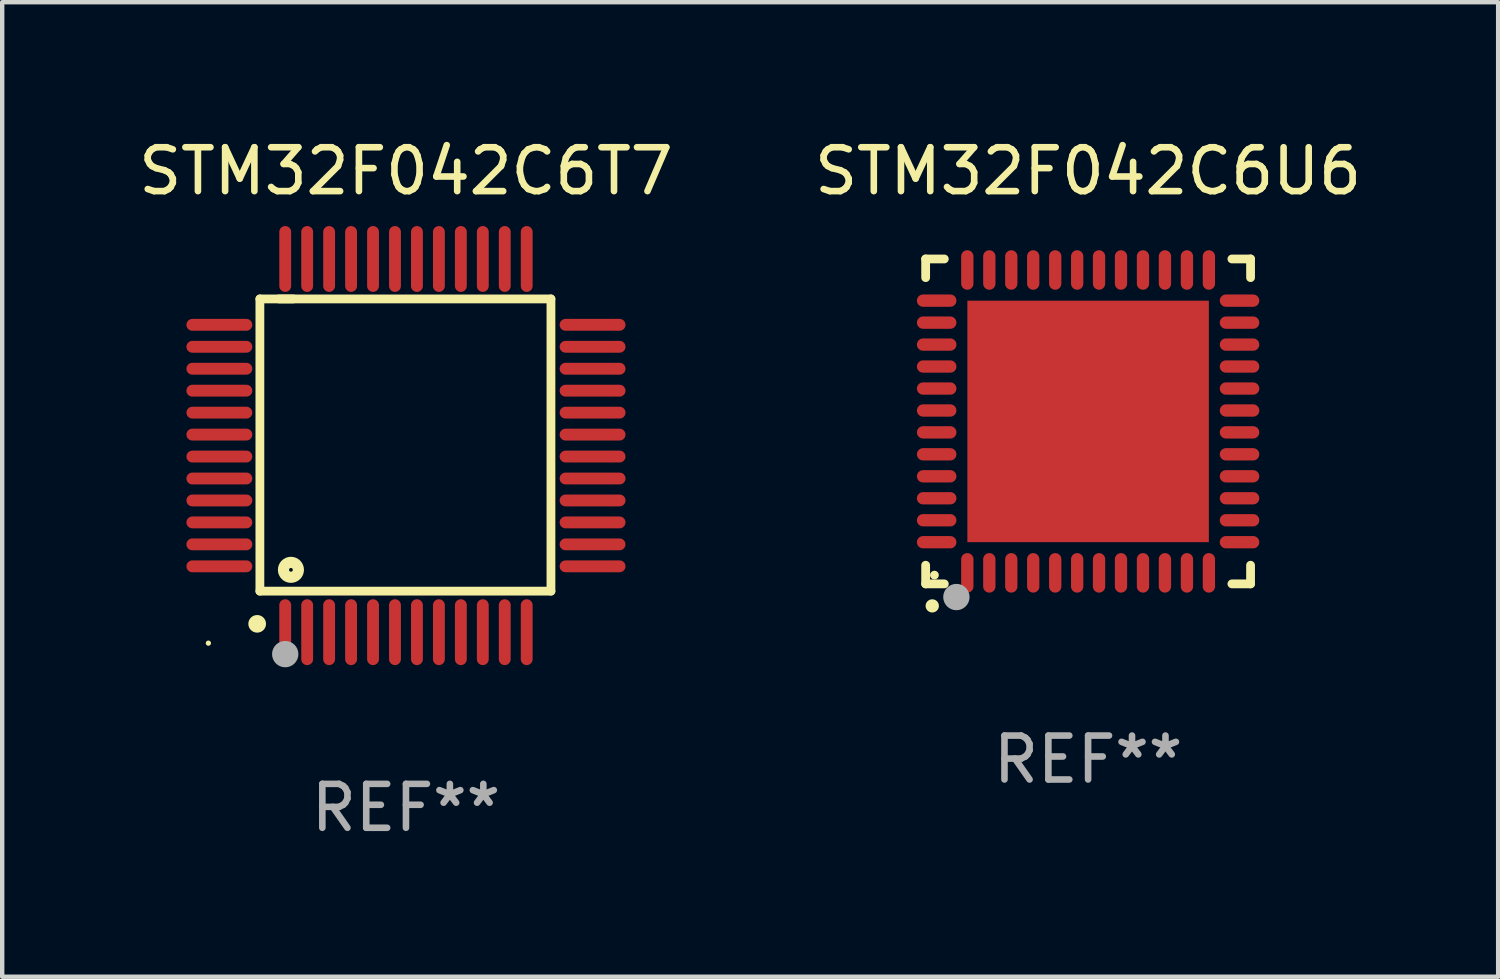
<source format=kicad_pcb>
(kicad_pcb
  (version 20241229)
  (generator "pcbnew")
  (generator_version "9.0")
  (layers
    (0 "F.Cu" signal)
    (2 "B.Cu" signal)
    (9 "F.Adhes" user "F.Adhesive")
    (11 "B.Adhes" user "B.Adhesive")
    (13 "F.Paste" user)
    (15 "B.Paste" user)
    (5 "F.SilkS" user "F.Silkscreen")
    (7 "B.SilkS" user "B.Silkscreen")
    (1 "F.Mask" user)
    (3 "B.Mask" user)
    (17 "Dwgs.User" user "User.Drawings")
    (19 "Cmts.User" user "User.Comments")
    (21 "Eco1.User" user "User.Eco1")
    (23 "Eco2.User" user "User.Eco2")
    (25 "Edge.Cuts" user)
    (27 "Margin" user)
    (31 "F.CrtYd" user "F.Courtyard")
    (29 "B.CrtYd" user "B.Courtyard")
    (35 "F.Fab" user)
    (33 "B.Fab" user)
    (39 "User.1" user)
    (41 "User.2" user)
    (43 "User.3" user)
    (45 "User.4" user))
  (footprint "STM32F042C6U6"
    (layer "F.Cu")
    (at 21.732 6.548)
    (property "Reference" "STM32F042C6U6" (at 0 -5.7 0) (layer "F.SilkS") (effects (font (size 1 1) (thickness 0.15))))
    (attr through_hole)
    (fp_line (start -3.7 -3.7) (end -3.275 -3.7) (stroke (width 0.2) (type solid)) (layer "F.SilkS"))
    (fp_line (start -3.7 -3.275) (end -3.7 -3.7) (stroke (width 0.2) (type solid)) (layer "F.SilkS"))
    (fp_line (start -3.7 3.7) (end -3.7 3.275) (stroke (width 0.2) (type solid)) (layer "F.SilkS"))
    (fp_line (start -3.275 3.7) (end -3.7 3.7) (stroke (width 0.2) (type solid)) (layer "F.SilkS"))
    (fp_line (start 3.7 -3.7) (end 3.275 -3.7) (stroke (width 0.2) (type solid)) (layer "F.SilkS"))
    (fp_line (start 3.7 -3.275) (end 3.7 -3.7) (stroke (width 0.2) (type solid)) (layer "F.SilkS"))
    (fp_line (start 3.7 3.275) (end 3.7 3.7) (stroke (width 0.2) (type solid)) (layer "F.SilkS"))
    (fp_line (start 3.7 3.7) (end 3.275 3.7) (stroke (width 0.2) (type solid)) (layer "F.SilkS"))
    (fp_arc (start -3.550927 4.201168) (mid -3.549657 4.201163) (end -3.548387 4.201168) (stroke (width 0.3) (type solid)) (layer "F.SilkS"))
    (fp_circle (center -3.5 3.5) (end -3.45 3.5) (stroke (width 0.1) (type solid)) (fill no) (layer "F.SilkS"))
    (fp_circle (center -3 4) (end -2.85 4) (stroke (width 0.3) (type solid)) (fill no) (layer "F.Fab"))
    (fp_text user "REF**" (at 0 7.7 0) (layer "F.Fab") (effects (font (size 1 1) (thickness 0.15))))
    (pad "1" smd oval (at -2.751 3.449) (size 0.28 0.9) (layers "F.Cu" "F.Mask" "F.Paste"))
    (pad "2" smd oval (at -2.25 3.449) (size 0.28 0.9) (layers "F.Cu" "F.Mask" "F.Paste"))
    (pad "3" smd oval (at -1.75 3.449) (size 0.28 0.9) (layers "F.Cu" "F.Mask" "F.Paste"))
    (pad "4" smd oval (at -1.25 3.449) (size 0.28 0.9) (layers "F.Cu" "F.Mask" "F.Paste"))
    (pad "5" smd oval (at -0.749 3.449) (size 0.28 0.9) (layers "F.Cu" "F.Mask" "F.Paste"))
    (pad "6" smd oval (at -0.249 3.449) (size 0.28 0.9) (layers "F.Cu" "F.Mask" "F.Paste"))
    (pad "7" smd oval (at 0.249 3.449) (size 0.28 0.9) (layers "F.Cu" "F.Mask" "F.Paste"))
    (pad "8" smd oval (at 0.749 3.449) (size 0.28 0.9) (layers "F.Cu" "F.Mask" "F.Paste"))
    (pad "9" smd oval (at 1.25 3.449) (size 0.28 0.9) (layers "F.Cu" "F.Mask" "F.Paste"))
    (pad "10" smd oval (at 1.75 3.449) (size 0.28 0.9) (layers "F.Cu" "F.Mask" "F.Paste"))
    (pad "11" smd oval (at 2.251 3.449) (size 0.28 0.9) (layers "F.Cu" "F.Mask" "F.Paste"))
    (pad "12" smd oval (at 2.751 3.449) (size 0.28 0.9) (layers "F.Cu" "F.Mask" "F.Paste"))
    (pad "13" smd oval (at 3.449 2.751) (size 0.9 0.28) (layers "F.Cu" "F.Mask" "F.Paste"))
    (pad "14" smd oval (at 3.449 2.251) (size 0.9 0.28) (layers "F.Cu" "F.Mask" "F.Paste"))
    (pad "15" smd oval (at 3.449 1.75) (size 0.9 0.28) (layers "F.Cu" "F.Mask" "F.Paste"))
    (pad "16" smd oval (at 3.449 1.25) (size 0.9 0.28) (layers "F.Cu" "F.Mask" "F.Paste"))
    (pad "17" smd oval (at 3.449 0.749) (size 0.9 0.28) (layers "F.Cu" "F.Mask" "F.Paste"))
    (pad "18" smd oval (at 3.449 0.249) (size 0.9 0.28) (layers "F.Cu" "F.Mask" "F.Paste"))
    (pad "19" smd oval (at 3.449 -0.249) (size 0.9 0.28) (layers "F.Cu" "F.Mask" "F.Paste"))
    (pad "20" smd oval (at 3.449 -0.749) (size 0.9 0.28) (layers "F.Cu" "F.Mask" "F.Paste"))
    (pad "21" smd oval (at 3.449 -1.25) (size 0.9 0.28) (layers "F.Cu" "F.Mask" "F.Paste"))
    (pad "22" smd oval (at 3.449 -1.75) (size 0.9 0.28) (layers "F.Cu" "F.Mask" "F.Paste"))
    (pad "23" smd oval (at 3.449 -2.25) (size 0.9 0.28) (layers "F.Cu" "F.Mask" "F.Paste"))
    (pad "24" smd oval (at 3.449 -2.751) (size 0.9 0.28) (layers "F.Cu" "F.Mask" "F.Paste"))
    (pad "25" smd oval (at 2.751 -3.449) (size 0.28 0.9) (layers "F.Cu" "F.Mask" "F.Paste"))
    (pad "26" smd oval (at 2.251 -3.449) (size 0.28 0.9) (layers "F.Cu" "F.Mask" "F.Paste"))
    (pad "27" smd oval (at 1.75 -3.449) (size 0.28 0.9) (layers "F.Cu" "F.Mask" "F.Paste"))
    (pad "28" smd oval (at 1.25 -3.449) (size 0.28 0.9) (layers "F.Cu" "F.Mask" "F.Paste"))
    (pad "29" smd oval (at 0.749 -3.449) (size 0.28 0.9) (layers "F.Cu" "F.Mask" "F.Paste"))
    (pad "30" smd oval (at 0.249 -3.449) (size 0.28 0.9) (layers "F.Cu" "F.Mask" "F.Paste"))
    (pad "31" smd oval (at -0.249 -3.449) (size 0.28 0.9) (layers "F.Cu" "F.Mask" "F.Paste"))
    (pad "32" smd oval (at -0.749 -3.449) (size 0.28 0.9) (layers "F.Cu" "F.Mask" "F.Paste"))
    (pad "33" smd oval (at -1.25 -3.449) (size 0.28 0.9) (layers "F.Cu" "F.Mask" "F.Paste"))
    (pad "34" smd oval (at -1.75 -3.449) (size 0.28 0.9) (layers "F.Cu" "F.Mask" "F.Paste"))
    (pad "35" smd oval (at -2.25 -3.449) (size 0.28 0.9) (layers "F.Cu" "F.Mask" "F.Paste"))
    (pad "36" smd oval (at -2.751 -3.449) (size 0.28 0.9) (layers "F.Cu" "F.Mask" "F.Paste"))
    (pad "37" smd oval (at -3.449 -2.751) (size 0.9 0.28) (layers "F.Cu" "F.Mask" "F.Paste"))
    (pad "38" smd oval (at -3.449 -2.25) (size 0.9 0.28) (layers "F.Cu" "F.Mask" "F.Paste"))
    (pad "39" smd oval (at -3.449 -1.75) (size 0.9 0.28) (layers "F.Cu" "F.Mask" "F.Paste"))
    (pad "40" smd oval (at -3.449 -1.25) (size 0.9 0.28) (layers "F.Cu" "F.Mask" "F.Paste"))
    (pad "41" smd oval (at -3.449 -0.749) (size 0.9 0.28) (layers "F.Cu" "F.Mask" "F.Paste"))
    (pad "42" smd oval (at -3.449 -0.249) (size 0.9 0.28) (layers "F.Cu" "F.Mask" "F.Paste"))
    (pad "43" smd oval (at -3.449 0.249) (size 0.9 0.28) (layers "F.Cu" "F.Mask" "F.Paste"))
    (pad "44" smd oval (at -3.449 0.749) (size 0.9 0.28) (layers "F.Cu" "F.Mask" "F.Paste"))
    (pad "45" smd oval (at -3.449 1.25) (size 0.9 0.28) (layers "F.Cu" "F.Mask" "F.Paste"))
    (pad "46" smd oval (at -3.449 1.75) (size 0.9 0.28) (layers "F.Cu" "F.Mask" "F.Paste"))
    (pad "47" smd oval (at -3.449 2.251) (size 0.9 0.28) (layers "F.Cu" "F.Mask" "F.Paste"))
    (pad "48" smd oval (at -3.449 2.751) (size 0.9 0.28) (layers "F.Cu" "F.Mask" "F.Paste"))
    (pad "49" smd rect (at 0.000076 0.000076) (size 5.5 5.5) (layers "F.Cu" "F.Mask" "F.Paste")))
  (footprint "STM32F042C6T7"
    (layer "F.Cu")
    (at 6.196 7.098)
    (property "Reference" "STM32F042C6T7" (at 0 -6.25 0) (layer "F.SilkS") (effects (font (size 1 1) (thickness 0.15))))
    (attr through_hole)
    (fp_line (start -3.327 -3.34) (end -2.565 -3.34) (stroke (width 0.2) (type solid)) (layer "F.SilkS"))
    (fp_line (start -3.327 3.315) (end -3.327 -3.34) (stroke (width 0.2) (type solid)) (layer "F.SilkS"))
    (fp_line (start -2.896 -3.34) (end 3.302 -3.34) (stroke (width 0.2) (type solid)) (layer "F.SilkS"))
    (fp_line (start 3.302 -3.34) (end 3.302 3.315) (stroke (width 0.2) (type solid)) (layer "F.SilkS"))
    (fp_line (start 3.302 3.315) (end -3.327 3.315) (stroke (width 0.2) (type solid)) (layer "F.SilkS"))
    (fp_arc (start -3.389992 4.059995) (mid -3.388722 4.059991) (end -3.387452 4.059995) (stroke (width 0.4) (type solid)) (layer "F.SilkS"))
    (fp_circle (center -4.5 4.5) (end -4.47 4.5) (stroke (width 0.06) (type solid)) (fill no) (layer "F.SilkS"))
    (fp_circle (center -2.62 2.83) (end -2.45 2.83) (stroke (width 0.254) (type solid)) (fill no) (layer "F.SilkS"))
    (fp_circle (center -2.75 4.75) (end -2.6 4.75) (stroke (width 0.3) (type solid)) (fill no) (layer "F.Fab"))
    (fp_text user "REF**" (at 0 8.25 0) (layer "F.Fab") (effects (font (size 1 1) (thickness 0.15))))
    (pad "1" smd oval (at -2.75 4.25) (size 0.27 1.5) (layers "F.Cu" "F.Mask" "F.Paste"))
    (pad "2" smd oval (at -2.25 4.25) (size 0.27 1.5) (layers "F.Cu" "F.Mask" "F.Paste"))
    (pad "3" smd oval (at -1.75 4.25) (size 0.27 1.5) (layers "F.Cu" "F.Mask" "F.Paste"))
    (pad "4" smd oval (at -1.25 4.25) (size 0.27 1.5) (layers "F.Cu" "F.Mask" "F.Paste"))
    (pad "5" smd oval (at -0.75 4.25) (size 0.27 1.5) (layers "F.Cu" "F.Mask" "F.Paste"))
    (pad "6" smd oval (at -0.25 4.25) (size 0.27 1.5) (layers "F.Cu" "F.Mask" "F.Paste"))
    (pad "7" smd oval (at 0.25 4.25) (size 0.27 1.5) (layers "F.Cu" "F.Mask" "F.Paste"))
    (pad "8" smd oval (at 0.75 4.25) (size 0.27 1.5) (layers "F.Cu" "F.Mask" "F.Paste"))
    (pad "9" smd oval (at 1.25 4.25) (size 0.27 1.5) (layers "F.Cu" "F.Mask" "F.Paste"))
    (pad "10" smd oval (at 1.75 4.25) (size 0.27 1.5) (layers "F.Cu" "F.Mask" "F.Paste"))
    (pad "11" smd oval (at 2.25 4.25) (size 0.27 1.5) (layers "F.Cu" "F.Mask" "F.Paste"))
    (pad "12" smd oval (at 2.75 4.25) (size 0.27 1.5) (layers "F.Cu" "F.Mask" "F.Paste"))
    (pad "13" smd oval (at 4.25 2.75) (size 1.5 0.27) (layers "F.Cu" "F.Mask" "F.Paste"))
    (pad "14" smd oval (at 4.25 2.25) (size 1.5 0.27) (layers "F.Cu" "F.Mask" "F.Paste"))
    (pad "15" smd oval (at 4.25 1.75) (size 1.5 0.27) (layers "F.Cu" "F.Mask" "F.Paste"))
    (pad "16" smd oval (at 4.25 1.25) (size 1.5 0.27) (layers "F.Cu" "F.Mask" "F.Paste"))
    (pad "17" smd oval (at 4.25 0.75) (size 1.5 0.27) (layers "F.Cu" "F.Mask" "F.Paste"))
    (pad "18" smd oval (at 4.25 0.25) (size 1.5 0.27) (layers "F.Cu" "F.Mask" "F.Paste"))
    (pad "19" smd oval (at 4.25 -0.25) (size 1.5 0.27) (layers "F.Cu" "F.Mask" "F.Paste"))
    (pad "20" smd oval (at 4.25 -0.75) (size 1.5 0.27) (layers "F.Cu" "F.Mask" "F.Paste"))
    (pad "21" smd oval (at 4.25 -1.25) (size 1.5 0.27) (layers "F.Cu" "F.Mask" "F.Paste"))
    (pad "22" smd oval (at 4.25 -1.75) (size 1.5 0.27) (layers "F.Cu" "F.Mask" "F.Paste"))
    (pad "23" smd oval (at 4.25 -2.25) (size 1.5 0.27) (layers "F.Cu" "F.Mask" "F.Paste"))
    (pad "24" smd oval (at 4.25 -2.75) (size 1.5 0.27) (layers "F.Cu" "F.Mask" "F.Paste"))
    (pad "25" smd oval (at 2.75 -4.25) (size 0.27 1.5) (layers "F.Cu" "F.Mask" "F.Paste"))
    (pad "26" smd oval (at 2.25 -4.25) (size 0.27 1.5) (layers "F.Cu" "F.Mask" "F.Paste"))
    (pad "27" smd oval (at 1.75 -4.25) (size 0.27 1.5) (layers "F.Cu" "F.Mask" "F.Paste"))
    (pad "28" smd oval (at 1.25 -4.25) (size 0.27 1.5) (layers "F.Cu" "F.Mask" "F.Paste"))
    (pad "29" smd oval (at 0.75 -4.25) (size 0.27 1.5) (layers "F.Cu" "F.Mask" "F.Paste"))
    (pad "30" smd oval (at 0.25 -4.25) (size 0.27 1.5) (layers "F.Cu" "F.Mask" "F.Paste"))
    (pad "31" smd oval (at -0.25 -4.25) (size 0.27 1.5) (layers "F.Cu" "F.Mask" "F.Paste"))
    (pad "32" smd oval (at -0.75 -4.25) (size 0.27 1.5) (layers "F.Cu" "F.Mask" "F.Paste"))
    (pad "33" smd oval (at -1.25 -4.25) (size 0.27 1.5) (layers "F.Cu" "F.Mask" "F.Paste"))
    (pad "34" smd oval (at -1.75 -4.25) (size 0.27 1.5) (layers "F.Cu" "F.Mask" "F.Paste"))
    (pad "35" smd oval (at -2.25 -4.25) (size 0.27 1.5) (layers "F.Cu" "F.Mask" "F.Paste"))
    (pad "36" smd oval (at -2.75 -4.25) (size 0.27 1.5) (layers "F.Cu" "F.Mask" "F.Paste"))
    (pad "37" smd oval (at -4.25 -2.75) (size 1.5 0.27) (layers "F.Cu" "F.Mask" "F.Paste"))
    (pad "38" smd oval (at -4.25 -2.25) (size 1.5 0.27) (layers "F.Cu" "F.Mask" "F.Paste"))
    (pad "39" smd oval (at -4.25 -1.75) (size 1.5 0.27) (layers "F.Cu" "F.Mask" "F.Paste"))
    (pad "40" smd oval (at -4.25 -1.25) (size 1.5 0.27) (layers "F.Cu" "F.Mask" "F.Paste"))
    (pad "41" smd oval (at -4.25 -0.75) (size 1.5 0.27) (layers "F.Cu" "F.Mask" "F.Paste"))
    (pad "42" smd oval (at -4.25 -0.25) (size 1.5 0.27) (layers "F.Cu" "F.Mask" "F.Paste"))
    (pad "43" smd oval (at -4.25 0.25) (size 1.5 0.27) (layers "F.Cu" "F.Mask" "F.Paste"))
    (pad "44" smd oval (at -4.25 0.75) (size 1.5 0.27) (layers "F.Cu" "F.Mask" "F.Paste"))
    (pad "45" smd oval (at -4.25 1.25) (size 1.5 0.27) (layers "F.Cu" "F.Mask" "F.Paste"))
    (pad "46" smd oval (at -4.25 1.75) (size 1.5 0.27) (layers "F.Cu" "F.Mask" "F.Paste"))
    (pad "47" smd oval (at -4.25 2.25) (size 1.5 0.27) (layers "F.Cu" "F.Mask" "F.Paste"))
    (pad "48" smd oval (at -4.25 2.75) (size 1.5 0.27) (layers "F.Cu" "F.Mask" "F.Paste")))
  (gr_rect
    (start -3 -3)
    (end 31.071 19.196)
    (stroke (width 0.1) (type default))
    (fill no)
    (layer "Edge.Cuts")))
</source>
